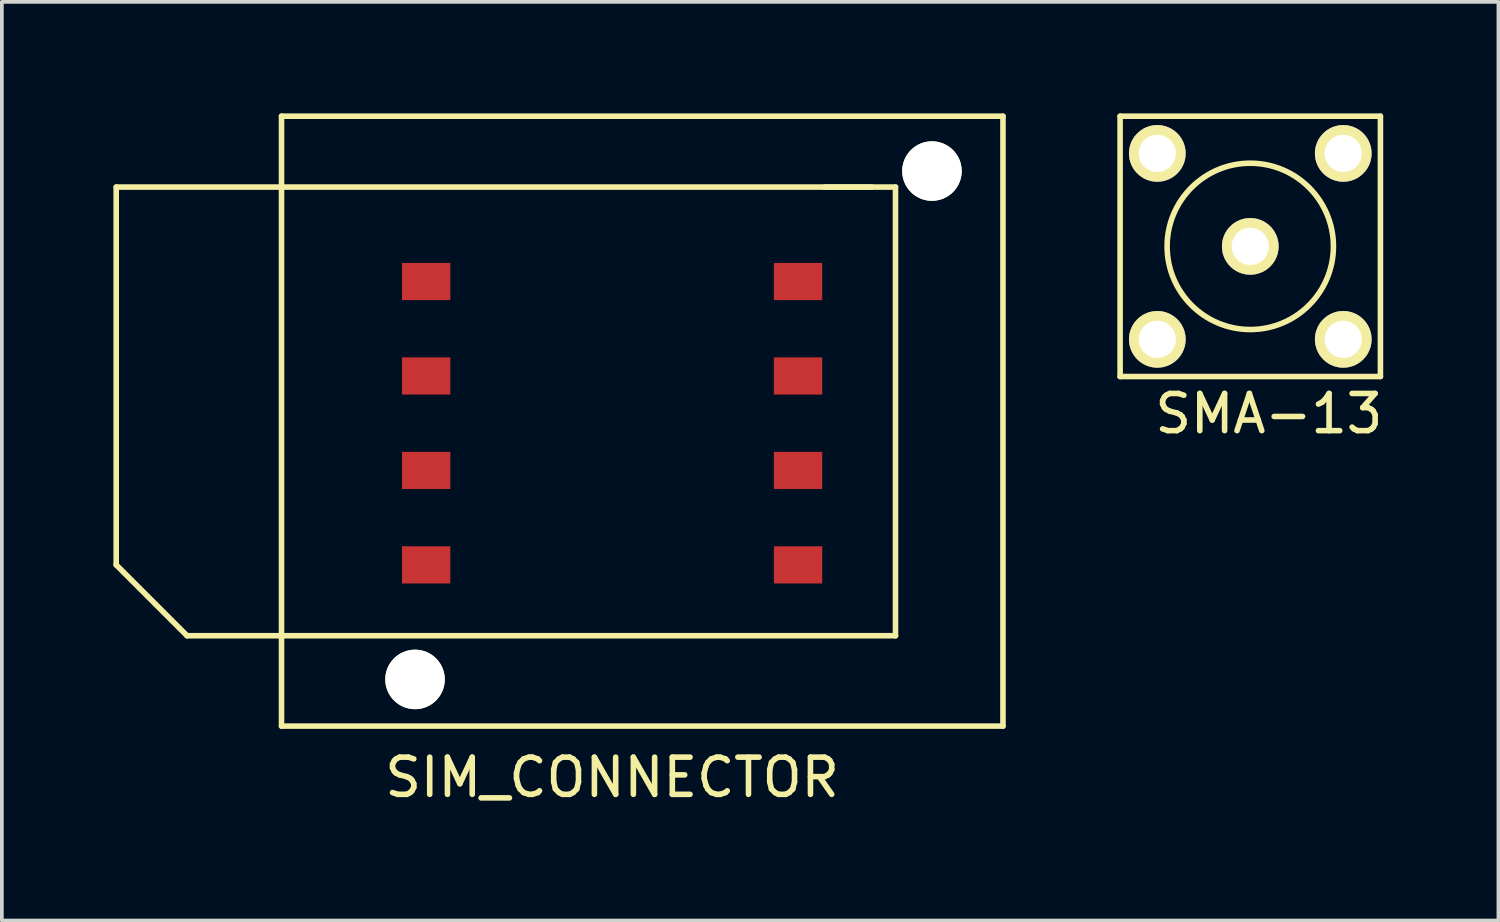
<source format=kicad_pcb>
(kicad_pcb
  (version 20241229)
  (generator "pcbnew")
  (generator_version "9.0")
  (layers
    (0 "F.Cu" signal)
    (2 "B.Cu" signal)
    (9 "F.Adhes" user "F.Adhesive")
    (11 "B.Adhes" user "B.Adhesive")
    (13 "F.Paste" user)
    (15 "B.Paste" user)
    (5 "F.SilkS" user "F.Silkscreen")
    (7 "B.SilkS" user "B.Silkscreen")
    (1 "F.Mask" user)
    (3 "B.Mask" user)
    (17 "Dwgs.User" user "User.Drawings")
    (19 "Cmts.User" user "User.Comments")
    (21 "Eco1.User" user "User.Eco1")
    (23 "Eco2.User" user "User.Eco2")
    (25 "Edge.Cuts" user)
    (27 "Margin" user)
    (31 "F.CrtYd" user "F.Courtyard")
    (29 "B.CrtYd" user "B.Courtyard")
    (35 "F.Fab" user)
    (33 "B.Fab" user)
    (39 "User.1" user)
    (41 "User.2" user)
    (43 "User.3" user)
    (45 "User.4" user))
  (footprint "SMA-13"
    (layer "F.Cu")
    (at 28.07 6.075)
    (property "Reference" "SMA-13" (at 3 2 0) (layer "F.SilkS") (effects (font (size 1 1) (thickness 0.15))))
    (attr through_hole)
    (fp_line (start -1 -6) (end 6 -6) (stroke (width 0.15) (type solid)) (layer "F.SilkS"))
    (fp_line (start -1 1) (end -1 -6) (stroke (width 0.15) (type solid)) (layer "F.SilkS"))
    (fp_line (start 6 -6) (end 6 1) (stroke (width 0.15) (type solid)) (layer "F.SilkS"))
    (fp_line (start 6 1) (end -1 1) (stroke (width 0.15) (type solid)) (layer "F.SilkS"))
    (fp_circle (center 2.5 -2.5) (end 4.5 -1.5) (stroke (width 0.15) (type solid)) (fill no) (layer "F.SilkS"))
    (pad "1" thru_hole circle (at 2.5 -2.5) (size 1.524 1.524) (drill 1) (layers "*.Cu" "*.Mask" "F.SilkS"))
    (pad "2" thru_hole circle (at 0 -5) (size 1.524 1.524) (drill 1) (layers "*.Cu" "*.Mask" "F.SilkS"))
    (pad "2" thru_hole circle (at 0 0) (size 1.524 1.524) (drill 1) (layers "*.Cu" "*.Mask" "F.SilkS"))
    (pad "2" thru_hole circle (at 5 -5) (size 1.524 1.524) (drill 1) (layers "*.Cu" "*.Mask" "F.SilkS"))
    (pad "2" thru_hole circle (at 5 0) (size 1.524 1.524) (drill 1) (layers "*.Cu" "*.Mask" "F.SilkS")))
  (footprint "SIM_CONNECTOR"
    (layer "F.Cu")
    (at 13.41 8.33)
    (property "Reference" "SIM_CONNECTOR" (at 0 9.525 0) (layer "F.SilkS") (effects (font (size 1 1) (thickness 0.15))))
    (attr through_hole)
    (fp_line (start -13.335 3.81) (end -13.335 -6.35) (stroke (width 0.15) (type solid)) (layer "F.SilkS"))
    (fp_line (start -13.335 3.81) (end -11.43 5.715) (stroke (width 0.15) (type solid)) (layer "F.SilkS"))
    (fp_line (start -11.43 5.715) (end 7.62 5.715) (stroke (width 0.15) (type solid)) (layer "F.SilkS"))
    (fp_line (start -8.89 -8.255) (end 10.51 -8.255) (stroke (width 0.15) (type solid)) (layer "F.SilkS"))
    (fp_line (start -8.89 8.145) (end -8.89 -8.255) (stroke (width 0.15) (type solid)) (layer "F.SilkS"))
    (fp_line (start -8.89 8.145) (end 10.51 8.145) (stroke (width 0.15) (type solid)) (layer "F.SilkS"))
    (fp_line (start 6.985 -6.35) (end -13.335 -6.35) (stroke (width 0.15) (type solid)) (layer "F.SilkS"))
    (fp_line (start 7.62 -6.35) (end 5.715 -6.35) (stroke (width 0.15) (type solid)) (layer "F.SilkS"))
    (fp_line (start 7.62 5.715) (end 7.62 -6.35) (stroke (width 0.15) (type solid)) (layer "F.SilkS"))
    (fp_line (start 10.51 8.145) (end 10.51 -8.255) (stroke (width 0.15) (type solid)) (layer "F.SilkS"))
    (pad "" np_thru_hole circle (at -5.3 6.89) (size 1.6 1.6) (drill 1.6) (layers "*.Cu" "*.Mask" "F.SilkS"))
    (pad "" np_thru_hole circle (at 8.6 -6.78) (size 1.6 1.6) (drill 1.6) (layers "*.Cu" "*.Mask" "F.SilkS"))
    (pad "1" smd rect (at 5 -3.81) (size 1.3 1) (layers "F.Cu" "F.Mask" "F.Paste"))
    (pad "2" smd rect (at 5 -1.27) (size 1.3 1) (layers "F.Cu" "F.Mask" "F.Paste"))
    (pad "3" smd rect (at 5 1.27) (size 1.3 1) (layers "F.Cu" "F.Mask" "F.Paste"))
    (pad "4" smd rect (at 5 3.81) (size 1.3 1) (layers "F.Cu" "F.Mask" "F.Paste"))
    (pad "5" smd rect (at -5 -3.81) (size 1.3 1) (layers "F.Cu" "F.Mask" "F.Paste"))
    (pad "6" smd rect (at -5 -1.27) (size 1.3 1) (layers "F.Cu" "F.Mask" "F.Paste"))
    (pad "7" smd rect (at -5 1.27) (size 1.3 1) (layers "F.Cu" "F.Mask" "F.Paste"))
    (pad "8" smd rect (at -5 3.81) (size 1.3 1) (layers "F.Cu" "F.Mask" "F.Paste")))
  (gr_rect
    (start -3 -3)
    (end 37.243 21.703)
    (stroke (width 0.1) (type default))
    (fill no)
    (layer "Edge.Cuts")))
</source>
